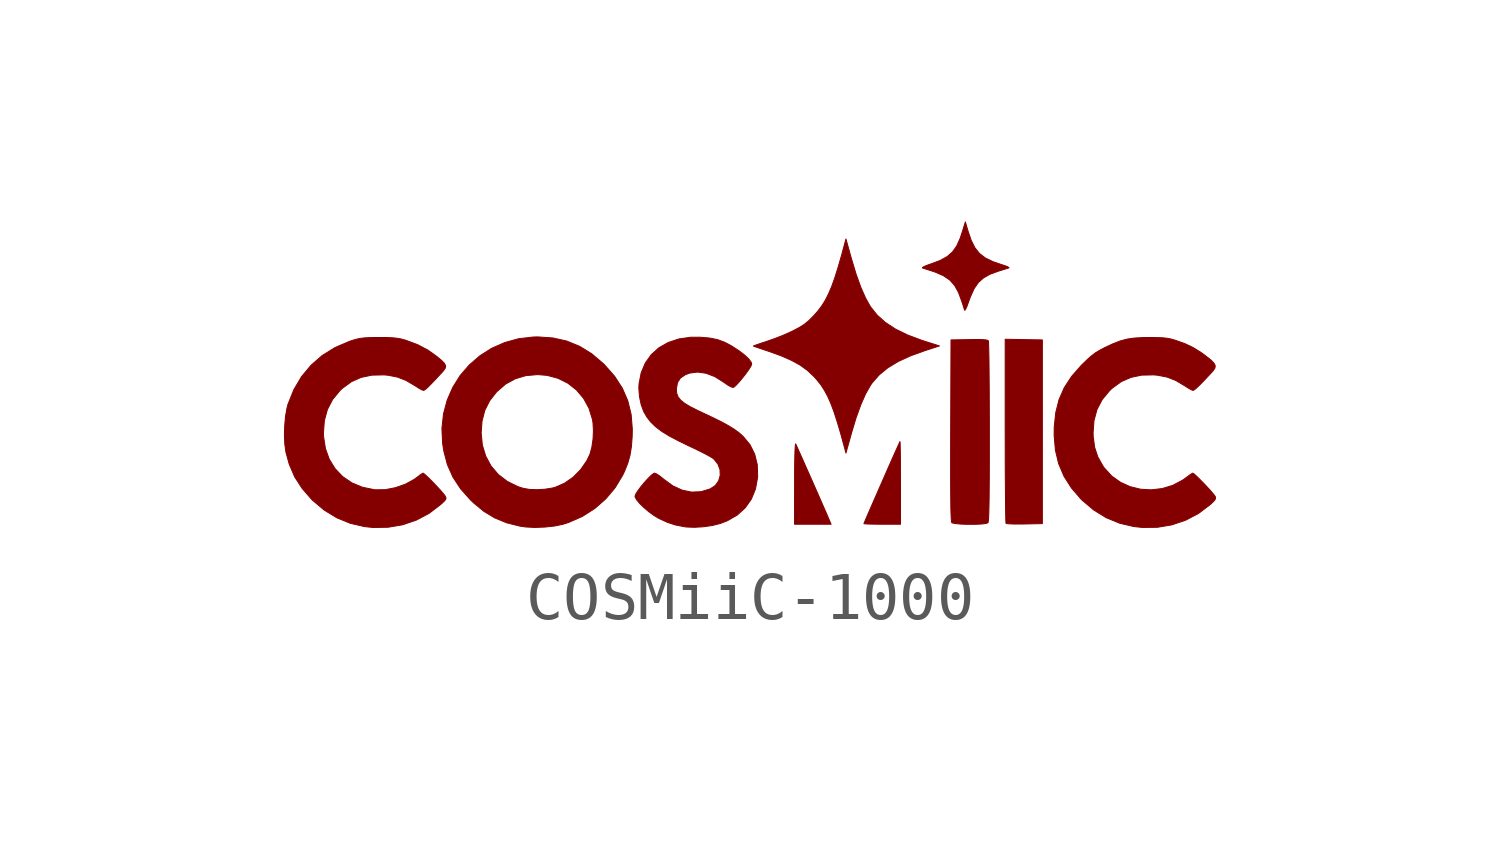
<source format=kicad_sym>
(kicad_symbol_lib
  (version 20220914)
  (generator kicad_symbol_editor)
  (symbol "COSMiiC-1000"
    (pin_names
      (offset 1.016))
    (property "Reference" "#G"
      (at 0 2.54 0)
      (effects (font (size 1.27 1.27)) hide))
    (symbol "COSMiiC-1000_0_0"
      (polyline (pts (xy 5.745 -3.119) (xy 6.115 -3.111) (xy 6.115 -1.194) (xy 6.115 0.724) (xy 5.727 0.731) (xy 5.339 0.738) (xy 5.339 -1.176) (xy 5.339 -1.2) (xy 5.34 -1.506) (xy 5.34 -1.798) (xy 5.341 -2.07) (xy 5.343 -2.319) (xy 5.345 -2.541) (xy 5.347 -2.732) (xy 5.349 -2.889) (xy 5.351 -3.006) (xy 5.354 -3.08) (xy 5.357 -3.108) (xy 5.364 -3.11) (xy 5.412 -3.115) (xy 5.498 -3.119) (xy 5.612 -3.12) (xy 5.745 -3.119)) (stroke (width 0.01) (type default)) (fill (type outline)))
      (polyline (pts (xy 1.669 -3.042) (xy 1.644 -2.984) (xy 1.599 -2.879) (xy 1.541 -2.747) (xy 1.475 -2.596) (xy 1.403 -2.432) (xy 1.328 -2.262) (xy 1.253 -2.092) (xy 1.18 -1.929) (xy 1.114 -1.779) (xy 1.056 -1.65) (xy 1.01 -1.547) (xy 0.979 -1.477) (xy 0.965 -1.448) (xy 0.961 -1.45) (xy 0.956 -1.49) (xy 0.951 -1.574) (xy 0.947 -1.698) (xy 0.944 -1.858) (xy 0.942 -2.049) (xy 0.942 -2.267) (xy 0.941 -3.124) (xy 1.322 -3.124) (xy 1.704 -3.124) (xy 1.669 -3.042)) (stroke (width 0.01) (type default)) (fill (type outline)))
      (polyline (pts (xy 3.153 -2.256) (xy 3.152 -2.092) (xy 3.152 -1.902) (xy 3.151 -1.734) (xy 3.149 -1.594) (xy 3.147 -1.488) (xy 3.145 -1.421) (xy 3.142 -1.399) (xy 3.136 -1.411) (xy 3.112 -1.464) (xy 3.072 -1.552) (xy 3.019 -1.67) (xy 2.956 -1.812) (xy 2.886 -1.97) (xy 2.812 -2.139) (xy 2.736 -2.312) (xy 2.661 -2.483) (xy 2.59 -2.646) (xy 2.525 -2.794) (xy 2.47 -2.921) (xy 2.427 -3.021) (xy 2.4 -3.086) (xy 2.39 -3.112) (xy 2.396 -3.114) (xy 2.442 -3.118) (xy 2.526 -3.121) (xy 2.639 -3.123) (xy 2.771 -3.124) (xy 3.153 -3.124) (xy 3.153 -2.256)) (stroke (width 0.01) (type default)) (fill (type outline)))
      (polyline (pts (xy 4.514 1.366) (xy 4.541 1.425) (xy 4.572 1.512) (xy 4.615 1.629) (xy 4.691 1.795) (xy 4.778 1.922) (xy 4.886 2.019) (xy 5.021 2.095) (xy 5.192 2.158) (xy 5.205 2.162) (xy 5.298 2.191) (xy 5.374 2.214) (xy 5.416 2.228) (xy 5.419 2.23) (xy 5.402 2.246) (xy 5.347 2.269) (xy 5.263 2.297) (xy 5.084 2.358) (xy 4.926 2.434) (xy 4.803 2.528) (xy 4.707 2.648) (xy 4.63 2.801) (xy 4.563 2.997) (xy 4.507 3.188) (xy 4.441 2.972) (xy 4.398 2.843) (xy 4.326 2.684) (xy 4.238 2.56) (xy 4.126 2.463) (xy 3.981 2.383) (xy 3.793 2.312) (xy 3.738 2.294) (xy 3.661 2.263) (xy 3.616 2.24) (xy 3.61 2.227) (xy 3.638 2.218) (xy 3.705 2.196) (xy 3.788 2.17) (xy 3.878 2.14) (xy 4.048 2.066) (xy 4.181 1.976) (xy 4.283 1.862) (xy 4.365 1.714) (xy 4.435 1.524) (xy 4.454 1.465) (xy 4.477 1.391) (xy 4.492 1.346) (xy 4.496 1.343) (xy 4.514 1.366)) (stroke (width 0.01) (type default)) (fill (type outline)))
      (polyline (pts (xy 4.757 -3.124) (xy 4.862 -3.118) (xy 4.939 -3.108) (xy 4.978 -3.094) (xy 4.982 -3.084) (xy 4.988 -3.049) (xy 4.993 -2.987) (xy 4.997 -2.895) (xy 5 -2.77) (xy 5.003 -2.611) (xy 5.005 -2.413) (xy 5.007 -2.176) (xy 5.008 -1.895) (xy 5.008 -1.569) (xy 5.008 -1.195) (xy 5.008 -0.907) (xy 5.007 -0.617) (xy 5.006 -0.345) (xy 5.004 -0.095) (xy 5.002 0.128) (xy 5 0.321) (xy 4.997 0.479) (xy 4.994 0.599) (xy 4.991 0.675) (xy 4.987 0.706) (xy 4.974 0.716) (xy 4.932 0.725) (xy 4.858 0.731) (xy 4.745 0.733) (xy 4.587 0.731) (xy 4.208 0.724) (xy 4.201 -1.166) (xy 4.201 -1.175) (xy 4.2 -1.56) (xy 4.2 -1.897) (xy 4.2 -2.187) (xy 4.201 -2.433) (xy 4.203 -2.636) (xy 4.205 -2.799) (xy 4.209 -2.924) (xy 4.213 -3.012) (xy 4.218 -3.067) (xy 4.223 -3.09) (xy 4.242 -3.099) (xy 4.306 -3.111) (xy 4.4 -3.12) (xy 4.515 -3.125) (xy 4.638 -3.126) (xy 4.757 -3.124)) (stroke (width 0.01) (type default)) (fill (type outline)))
      (polyline (pts (xy 2.126 -1.237) (xy 2.126 -1.235) (xy 2.224 -0.908) (xy 2.324 -0.63) (xy 2.425 -0.401) (xy 2.527 -0.222) (xy 2.566 -0.166) (xy 2.71 -0.004) (xy 2.888 0.142) (xy 3.104 0.273) (xy 3.363 0.392) (xy 3.668 0.502) (xy 3.967 0.599) (xy 3.665 0.694) (xy 3.6 0.715) (xy 3.301 0.827) (xy 3.048 0.951) (xy 2.837 1.089) (xy 2.665 1.243) (xy 2.527 1.416) (xy 2.526 1.417) (xy 2.425 1.596) (xy 2.324 1.825) (xy 2.224 2.104) (xy 2.126 2.431) (xy 2.014 2.832) (xy 1.984 2.718) (xy 1.924 2.496) (xy 1.85 2.24) (xy 1.782 2.022) (xy 1.716 1.839) (xy 1.65 1.684) (xy 1.582 1.551) (xy 1.509 1.434) (xy 1.428 1.327) (xy 1.337 1.225) (xy 1.332 1.22) (xy 1.236 1.124) (xy 1.145 1.05) (xy 1.043 0.985) (xy 0.911 0.915) (xy 0.833 0.878) (xy 0.679 0.811) (xy 0.516 0.748) (xy 0.367 0.696) (xy 0.362 0.694) (xy 0.251 0.658) (xy 0.162 0.627) (xy 0.102 0.606) (xy 0.082 0.596) (xy 0.083 0.595) (xy 0.116 0.583) (xy 0.186 0.559) (xy 0.285 0.525) (xy 0.402 0.486) (xy 0.413 0.482) (xy 0.668 0.39) (xy 0.88 0.296) (xy 1.058 0.198) (xy 1.208 0.089) (xy 1.34 -0.034) (xy 1.406 -0.107) (xy 1.489 -0.211) (xy 1.563 -0.325) (xy 1.633 -0.454) (xy 1.699 -0.603) (xy 1.765 -0.779) (xy 1.832 -0.987) (xy 1.905 -1.233) (xy 1.984 -1.524) (xy 2.014 -1.638) (xy 2.126 -1.237)) (stroke (width 0.01) (type default)) (fill (type outline)))
      (polyline (pts (xy -4.27 -3.183) (xy -4.067 -3.161) (xy -3.891 -3.124) (xy -3.773 -3.086) (xy -3.489 -2.961) (xy -3.229 -2.795) (xy -2.999 -2.593) (xy -2.803 -2.359) (xy -2.646 -2.098) (xy -2.607 -2.015) (xy -2.54 -1.847) (xy -2.494 -1.683) (xy -2.465 -1.505) (xy -2.449 -1.295) (xy -2.446 -1.139) (xy -2.471 -0.832) (xy -2.54 -0.549) (xy -2.654 -0.285) (xy -2.816 -0.035) (xy -3.026 0.203) (xy -3.049 0.226) (xy -3.29 0.432) (xy -3.544 0.589) (xy -3.814 0.7) (xy -4.104 0.765) (xy -4.419 0.787) (xy -4.511 0.785) (xy -4.821 0.749) (xy -5.113 0.668) (xy -5.385 0.548) (xy -5.631 0.391) (xy -5.851 0.2) (xy -6.04 -0.019) (xy -6.194 -0.265) (xy -6.311 -0.532) (xy -6.388 -0.819) (xy -6.421 -1.12) (xy -6.417 -1.219) (xy -5.602 -1.219) (xy -5.584 -0.971) (xy -5.526 -0.747) (xy -5.425 -0.546) (xy -5.28 -0.361) (xy -5.272 -0.354) (xy -5.091 -0.197) (xy -4.89 -0.087) (xy -4.668 -0.021) (xy -4.421 0.0001) (xy -4.224 -0.016) (xy -3.997 -0.077) (xy -3.791 -0.18) (xy -3.612 -0.321) (xy -3.463 -0.497) (xy -3.35 -0.704) (xy -3.278 -0.938) (xy -3.267 -1.006) (xy -3.258 -1.17) (xy -3.266 -1.347) (xy -3.291 -1.516) (xy -3.329 -1.657) (xy -3.397 -1.8) (xy -3.524 -1.983) (xy -3.681 -2.142) (xy -3.86 -2.267) (xy -4.052 -2.351) (xy -4.114 -2.368) (xy -4.27 -2.393) (xy -4.436 -2.403) (xy -4.593 -2.397) (xy -4.722 -2.375) (xy -4.837 -2.338) (xy -5.058 -2.229) (xy -5.245 -2.085) (xy -5.396 -1.908) (xy -5.507 -1.702) (xy -5.577 -1.472) (xy -5.602 -1.219) (xy -6.417 -1.219) (xy -6.407 -1.432) (xy -6.383 -1.592) (xy -6.307 -1.88) (xy -6.191 -2.141) (xy -6.031 -2.384) (xy -5.825 -2.616) (xy -5.76 -2.678) (xy -5.543 -2.857) (xy -5.317 -2.993) (xy -5.071 -3.094) (xy -4.793 -3.164) (xy -4.675 -3.181) (xy -4.479 -3.191) (xy -4.27 -3.183)) (stroke (width 0.01) (type default)) (fill (type outline)))
      (polyline (pts (xy -7.546 -3.187) (xy -7.244 -3.136) (xy -6.958 -3.039) (xy -6.691 -2.898) (xy -6.45 -2.714) (xy -6.415 -2.683) (xy -6.362 -2.631) (xy -6.338 -2.596) (xy -6.338 -2.567) (xy -6.356 -2.531) (xy -6.386 -2.492) (xy -6.44 -2.428) (xy -6.511 -2.351) (xy -6.589 -2.268) (xy -6.667 -2.189) (xy -6.736 -2.122) (xy -6.788 -2.075) (xy -6.814 -2.057) (xy -6.826 -2.062) (xy -6.871 -2.091) (xy -6.931 -2.137) (xy -6.999 -2.187) (xy -7.186 -2.289) (xy -7.395 -2.362) (xy -7.609 -2.403) (xy -7.813 -2.405) (xy -7.837 -2.402) (xy -8.084 -2.351) (xy -8.304 -2.259) (xy -8.495 -2.129) (xy -8.652 -1.964) (xy -8.773 -1.768) (xy -8.854 -1.544) (xy -8.892 -1.295) (xy -8.895 -1.217) (xy -8.876 -0.962) (xy -8.813 -0.73) (xy -8.704 -0.52) (xy -8.55 -0.333) (xy -8.496 -0.283) (xy -8.311 -0.148) (xy -8.108 -0.058) (xy -7.881 -0.011) (xy -7.629 -0.006) (xy -7.547 -0.013) (xy -7.352 -0.051) (xy -7.171 -0.121) (xy -6.986 -0.231) (xy -6.985 -0.231) (xy -6.907 -0.281) (xy -6.843 -0.317) (xy -6.807 -0.33) (xy -6.791 -0.325) (xy -6.759 -0.303) (xy -6.711 -0.259) (xy -6.641 -0.189) (xy -6.546 -0.09) (xy -6.422 0.044) (xy -6.388 0.082) (xy -6.351 0.136) (xy -6.344 0.185) (xy -6.37 0.236) (xy -6.431 0.298) (xy -6.531 0.381) (xy -6.709 0.508) (xy -6.925 0.623) (xy -7.171 0.715) (xy -7.196 0.723) (xy -7.279 0.745) (xy -7.361 0.76) (xy -7.455 0.769) (xy -7.573 0.774) (xy -7.729 0.775) (xy -7.776 0.775) (xy -7.921 0.773) (xy -8.032 0.767) (xy -8.121 0.757) (xy -8.202 0.74) (xy -8.288 0.715) (xy -8.349 0.695) (xy -8.651 0.566) (xy -8.92 0.399) (xy -9.154 0.195) (xy -9.353 -0.044) (xy -9.514 -0.317) (xy -9.636 -0.622) (xy -9.657 -0.702) (xy -9.687 -0.873) (xy -9.704 -1.068) (xy -9.71 -1.268) (xy -9.701 -1.457) (xy -9.679 -1.617) (xy -9.608 -1.874) (xy -9.495 -2.136) (xy -9.34 -2.376) (xy -9.14 -2.606) (xy -9.124 -2.622) (xy -8.883 -2.826) (xy -8.619 -2.988) (xy -8.336 -3.104) (xy -8.04 -3.173) (xy -7.859 -3.192) (xy -7.546 -3.187)) (stroke (width 0.01) (type default)) (fill (type outline)))
      (polyline (pts (xy 8.517 -3.188) (xy 8.82 -3.137) (xy 9.107 -3.04) (xy 9.375 -2.899) (xy 9.618 -2.715) (xy 9.677 -2.661) (xy 9.719 -2.614) (xy 9.732 -2.579) (xy 9.725 -2.546) (xy 9.722 -2.54) (xy 9.69 -2.498) (xy 9.634 -2.432) (xy 9.563 -2.354) (xy 9.484 -2.27) (xy 9.405 -2.19) (xy 9.336 -2.122) (xy 9.284 -2.075) (xy 9.257 -2.057) (xy 9.244 -2.062) (xy 9.199 -2.091) (xy 9.137 -2.136) (xy 9.046 -2.202) (xy 8.839 -2.312) (xy 8.618 -2.379) (xy 8.391 -2.406) (xy 8.166 -2.393) (xy 7.948 -2.34) (xy 7.745 -2.248) (xy 7.563 -2.118) (xy 7.41 -1.951) (xy 7.379 -1.907) (xy 7.273 -1.719) (xy 7.207 -1.52) (xy 7.177 -1.295) (xy 7.174 -1.216) (xy 7.193 -0.96) (xy 7.256 -0.728) (xy 7.365 -0.52) (xy 7.519 -0.335) (xy 7.574 -0.283) (xy 7.76 -0.148) (xy 7.964 -0.058) (xy 8.189 -0.011) (xy 8.44 -0.006) (xy 8.521 -0.013) (xy 8.717 -0.051) (xy 8.898 -0.121) (xy 9.083 -0.231) (xy 9.084 -0.231) (xy 9.161 -0.281) (xy 9.225 -0.317) (xy 9.262 -0.33) (xy 9.273 -0.327) (xy 9.321 -0.291) (xy 9.402 -0.215) (xy 9.514 -0.1) (xy 9.658 0.055) (xy 9.682 0.082) (xy 9.719 0.138) (xy 9.724 0.189) (xy 9.696 0.242) (xy 9.632 0.306) (xy 9.527 0.389) (xy 9.431 0.46) (xy 9.264 0.564) (xy 9.094 0.645) (xy 8.898 0.715) (xy 8.888 0.718) (xy 8.802 0.743) (xy 8.718 0.759) (xy 8.624 0.769) (xy 8.507 0.773) (xy 8.352 0.775) (xy 8.211 0.773) (xy 8.035 0.763) (xy 7.883 0.741) (xy 7.742 0.703) (xy 7.594 0.646) (xy 7.424 0.567) (xy 7.327 0.516) (xy 7.232 0.46) (xy 7.146 0.396) (xy 7.053 0.314) (xy 6.94 0.204) (xy 6.927 0.191) (xy 6.726 -0.038) (xy 6.573 -0.273) (xy 6.464 -0.521) (xy 6.395 -0.792) (xy 6.363 -1.092) (xy 6.361 -1.267) (xy 6.387 -1.575) (xy 6.455 -1.859) (xy 6.567 -2.122) (xy 6.724 -2.369) (xy 6.928 -2.605) (xy 6.946 -2.622) (xy 7.186 -2.826) (xy 7.449 -2.988) (xy 7.732 -3.104) (xy 8.029 -3.173) (xy 8.203 -3.191) (xy 8.517 -3.188)) (stroke (width 0.01) (type default)) (fill (type outline)))
      (polyline (pts (xy -0.961 -3.177) (xy -0.775 -3.15) (xy -0.61 -3.109) (xy -0.459 -3.05) (xy -0.255 -2.932) (xy -0.088 -2.78) (xy 0.04 -2.598) (xy 0.126 -2.387) (xy 0.169 -2.15) (xy 0.171 -2.119) (xy 0.163 -1.881) (xy 0.109 -1.661) (xy 0.011 -1.464) (xy -0.131 -1.292) (xy -0.134 -1.289) (xy -0.216 -1.216) (xy -0.312 -1.146) (xy -0.429 -1.073) (xy -0.574 -0.993) (xy -0.753 -0.904) (xy -0.973 -0.8) (xy -1.085 -0.747) (xy -1.242 -0.668) (xy -1.358 -0.597) (xy -1.439 -0.531) (xy -1.49 -0.466) (xy -1.518 -0.395) (xy -1.526 -0.316) (xy -1.525 -0.289) (xy -1.502 -0.165) (xy -1.442 -0.072) (xy -1.34 -0.003) (xy -1.248 0.032) (xy -1.081 0.053) (xy -0.905 0.028) (xy -0.723 -0.042) (xy -0.541 -0.157) (xy -0.454 -0.218) (xy -0.379 -0.259) (xy -0.334 -0.267) (xy -0.328 -0.263) (xy -0.284 -0.227) (xy -0.222 -0.161) (xy -0.152 -0.078) (xy -0.081 0.012) (xy -0.019 0.098) (xy 0.026 0.169) (xy 0.046 0.214) (xy 0.036 0.257) (xy -0.014 0.326) (xy -0.1 0.407) (xy -0.218 0.497) (xy -0.362 0.591) (xy -0.374 0.599) (xy -0.522 0.677) (xy -0.667 0.73) (xy -0.828 0.763) (xy -1.02 0.78) (xy -1.227 0.78) (xy -1.476 0.744) (xy -1.698 0.67) (xy -1.891 0.56) (xy -2.051 0.416) (xy -2.175 0.241) (xy -2.261 0.037) (xy -2.306 -0.194) (xy -2.31 -0.281) (xy -2.297 -0.457) (xy -2.261 -0.628) (xy -2.207 -0.774) (xy -2.141 -0.887) (xy -2.061 -0.99) (xy -1.961 -1.087) (xy -1.835 -1.183) (xy -1.678 -1.28) (xy -1.483 -1.383) (xy -1.246 -1.498) (xy -1.152 -1.542) (xy -1.021 -1.606) (xy -0.907 -1.664) (xy -0.82 -1.712) (xy -0.769 -1.743) (xy -0.74 -1.767) (xy -0.658 -1.87) (xy -0.615 -1.986) (xy -0.611 -2.106) (xy -0.644 -2.219) (xy -0.714 -2.316) (xy -0.821 -2.387) (xy -1.014 -2.445) (xy -1.21 -2.453) (xy -1.407 -2.412) (xy -1.602 -2.322) (xy -1.791 -2.184) (xy -1.801 -2.175) (xy -1.876 -2.115) (xy -1.941 -2.073) (xy -1.982 -2.057) (xy -2.004 -2.066) (xy -2.056 -2.107) (xy -2.123 -2.174) (xy -2.197 -2.256) (xy -2.269 -2.343) (xy -2.33 -2.426) (xy -2.374 -2.495) (xy -2.39 -2.54) (xy -2.388 -2.554) (xy -2.356 -2.614) (xy -2.292 -2.691) (xy -2.205 -2.775) (xy -2.104 -2.861) (xy -1.998 -2.939) (xy -1.894 -3.001) (xy -1.876 -3.01) (xy -1.71 -3.086) (xy -1.547 -3.139) (xy -1.36 -3.176) (xy -1.314 -3.182) (xy -1.148 -3.188) (xy -0.961 -3.177)) (stroke (width 0.01) (type default)) (fill (type outline))))))
</source>
